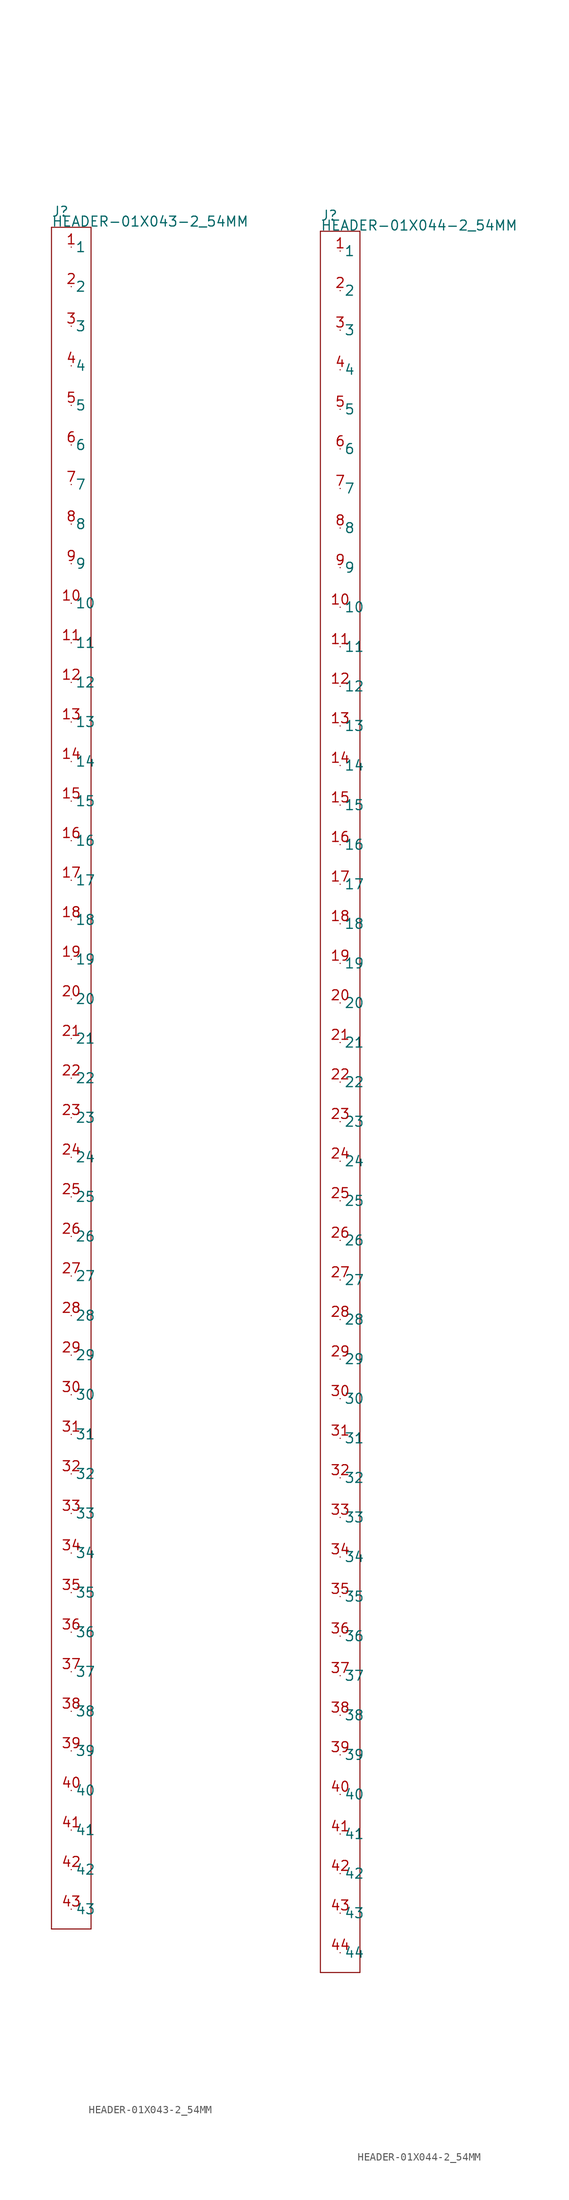
<source format=kicad_sym>
(kicad_symbol_lib
  (version 20211014)
  (generator kicad_symbol_editor)
  (symbol "HEADER-01X043-2_54MM"
    (pin_names)
    (property "Reference" "J"
      (at -2.54 110.49 0)
      (effects (font (size 1.27 1.27)) (justify left bottom)))
    (property "Value" "HEADER-01X043-2_54MM"
      (at -2.54 109.22 0)
      (effects (font (size 1.27 1.27)) (justify left bottom)))
    (property "Datasheet" ""
      (at 0 0 0))
    (property "ki_description" "Header 1x43  - Header Vertical 43POS 2.54MM Technical Specifications: Pitch: 0.1\" (2.54mm) "
      (at 0 0 0))
    (property "ki_fp_filters" "FlashPCB_Connectors:HEADER-THT-01X043-2_54MM FlashPCB_Connectors:HEADER-THT-LONG-01X043-2_54MM FlashPCB_Connectors:HEADER-THT-NOSILK-01X043-2_54MM FlashPCB_Connectors:HEADER-THT-LONG-NOSILK-01X043-2_54MM"
      (at 0 0 0))
    (symbol "HEADER-01X043-2_54MM_1_1"
      (polyline (pts (xy -2.54 109.22) (xy 2.54 109.22)) (stroke (width 0.127)) (fill (type none)))
      (polyline (pts (xy 2.54 109.22) (xy 2.54 -109.22)) (stroke (width 0.127)) (fill (type none)))
      (polyline (pts (xy 2.54 -109.22) (xy -2.54 -109.22)) (stroke (width 0.127)) (fill (type none)))
      (polyline (pts (xy -2.54 -109.22) (xy -2.54 109.22)) (stroke (width 0.127)) (fill (type none)))
      (pin bidirectional line (at 0 106.68 0) (length 0) (name "1" (effects (font (size 1.27 1.27)))) (number "1" (effects (font (size 1.27 1.27)))))
      (pin bidirectional line (at 0 101.6 0) (length 0) (name "2" (effects (font (size 1.27 1.27)))) (number "2" (effects (font (size 1.27 1.27)))))
      (pin bidirectional line (at 0 96.52 0) (length 0) (name "3" (effects (font (size 1.27 1.27)))) (number "3" (effects (font (size 1.27 1.27)))))
      (pin bidirectional line (at 0 91.44 0) (length 0) (name "4" (effects (font (size 1.27 1.27)))) (number "4" (effects (font (size 1.27 1.27)))))
      (pin bidirectional line (at 0 86.36 0) (length 0) (name "5" (effects (font (size 1.27 1.27)))) (number "5" (effects (font (size 1.27 1.27)))))
      (pin bidirectional line (at 0 81.28 0) (length 0) (name "6" (effects (font (size 1.27 1.27)))) (number "6" (effects (font (size 1.27 1.27)))))
      (pin bidirectional line (at 0 76.2 0) (length 0) (name "7" (effects (font (size 1.27 1.27)))) (number "7" (effects (font (size 1.27 1.27)))))
      (pin bidirectional line (at 0 71.12 0) (length 0) (name "8" (effects (font (size 1.27 1.27)))) (number "8" (effects (font (size 1.27 1.27)))))
      (pin bidirectional line (at 0 66.04 0) (length 0) (name "9" (effects (font (size 1.27 1.27)))) (number "9" (effects (font (size 1.27 1.27)))))
      (pin bidirectional line (at 0 60.96 0) (length 0) (name "10" (effects (font (size 1.27 1.27)))) (number "10" (effects (font (size 1.27 1.27)))))
      (pin bidirectional line (at 0 55.88 0) (length 0) (name "11" (effects (font (size 1.27 1.27)))) (number "11" (effects (font (size 1.27 1.27)))))
      (pin bidirectional line (at 0 50.8 0) (length 0) (name "12" (effects (font (size 1.27 1.27)))) (number "12" (effects (font (size 1.27 1.27)))))
      (pin bidirectional line (at 0 45.72 0) (length 0) (name "13" (effects (font (size 1.27 1.27)))) (number "13" (effects (font (size 1.27 1.27)))))
      (pin bidirectional line (at 0 40.64 0) (length 0) (name "14" (effects (font (size 1.27 1.27)))) (number "14" (effects (font (size 1.27 1.27)))))
      (pin bidirectional line (at 0 35.56 0) (length 0) (name "15" (effects (font (size 1.27 1.27)))) (number "15" (effects (font (size 1.27 1.27)))))
      (pin bidirectional line (at 0 30.48 0) (length 0) (name "16" (effects (font (size 1.27 1.27)))) (number "16" (effects (font (size 1.27 1.27)))))
      (pin bidirectional line (at 0 25.4 0) (length 0) (name "17" (effects (font (size 1.27 1.27)))) (number "17" (effects (font (size 1.27 1.27)))))
      (pin bidirectional line (at 0 20.32 0) (length 0) (name "18" (effects (font (size 1.27 1.27)))) (number "18" (effects (font (size 1.27 1.27)))))
      (pin bidirectional line (at 0 15.24 0) (length 0) (name "19" (effects (font (size 1.27 1.27)))) (number "19" (effects (font (size 1.27 1.27)))))
      (pin bidirectional line (at 0 10.16 0) (length 0) (name "20" (effects (font (size 1.27 1.27)))) (number "20" (effects (font (size 1.27 1.27)))))
      (pin bidirectional line (at 0 5.08 0) (length 0) (name "21" (effects (font (size 1.27 1.27)))) (number "21" (effects (font (size 1.27 1.27)))))
      (pin bidirectional line (at 0 0 0) (length 0) (name "22" (effects (font (size 1.27 1.27)))) (number "22" (effects (font (size 1.27 1.27)))))
      (pin bidirectional line (at 0 -5.08 0) (length 0) (name "23" (effects (font (size 1.27 1.27)))) (number "23" (effects (font (size 1.27 1.27)))))
      (pin bidirectional line (at 0 -10.16 0) (length 0) (name "24" (effects (font (size 1.27 1.27)))) (number "24" (effects (font (size 1.27 1.27)))))
      (pin bidirectional line (at 0 -15.24 0) (length 0) (name "25" (effects (font (size 1.27 1.27)))) (number "25" (effects (font (size 1.27 1.27)))))
      (pin bidirectional line (at 0 -20.32 0) (length 0) (name "26" (effects (font (size 1.27 1.27)))) (number "26" (effects (font (size 1.27 1.27)))))
      (pin bidirectional line (at 0 -25.4 0) (length 0) (name "27" (effects (font (size 1.27 1.27)))) (number "27" (effects (font (size 1.27 1.27)))))
      (pin bidirectional line (at 0 -30.48 0) (length 0) (name "28" (effects (font (size 1.27 1.27)))) (number "28" (effects (font (size 1.27 1.27)))))
      (pin bidirectional line (at 0 -35.56 0) (length 0) (name "29" (effects (font (size 1.27 1.27)))) (number "29" (effects (font (size 1.27 1.27)))))
      (pin bidirectional line (at 0 -40.64 0) (length 0) (name "30" (effects (font (size 1.27 1.27)))) (number "30" (effects (font (size 1.27 1.27)))))
      (pin bidirectional line (at 0 -45.72 0) (length 0) (name "31" (effects (font (size 1.27 1.27)))) (number "31" (effects (font (size 1.27 1.27)))))
      (pin bidirectional line (at 0 -50.8 0) (length 0) (name "32" (effects (font (size 1.27 1.27)))) (number "32" (effects (font (size 1.27 1.27)))))
      (pin bidirectional line (at 0 -55.88 0) (length 0) (name "33" (effects (font (size 1.27 1.27)))) (number "33" (effects (font (size 1.27 1.27)))))
      (pin bidirectional line (at 0 -60.96 0) (length 0) (name "34" (effects (font (size 1.27 1.27)))) (number "34" (effects (font (size 1.27 1.27)))))
      (pin bidirectional line (at 0 -66.04 0) (length 0) (name "35" (effects (font (size 1.27 1.27)))) (number "35" (effects (font (size 1.27 1.27)))))
      (pin bidirectional line (at 0 -71.12 0) (length 0) (name "36" (effects (font (size 1.27 1.27)))) (number "36" (effects (font (size 1.27 1.27)))))
      (pin bidirectional line (at 0 -76.2 0) (length 0) (name "37" (effects (font (size 1.27 1.27)))) (number "37" (effects (font (size 1.27 1.27)))))
      (pin bidirectional line (at 0 -81.28 0) (length 0) (name "38" (effects (font (size 1.27 1.27)))) (number "38" (effects (font (size 1.27 1.27)))))
      (pin bidirectional line (at 0 -86.36 0) (length 0) (name "39" (effects (font (size 1.27 1.27)))) (number "39" (effects (font (size 1.27 1.27)))))
      (pin bidirectional line (at 0 -91.44 0) (length 0) (name "40" (effects (font (size 1.27 1.27)))) (number "40" (effects (font (size 1.27 1.27)))))
      (pin bidirectional line (at 0 -96.52 0) (length 0) (name "41" (effects (font (size 1.27 1.27)))) (number "41" (effects (font (size 1.27 1.27)))))
      (pin bidirectional line (at 0 -101.6 0) (length 0) (name "42" (effects (font (size 1.27 1.27)))) (number "42" (effects (font (size 1.27 1.27)))))
      (pin bidirectional line (at 0 -106.68 0) (length 0) (name "43" (effects (font (size 1.27 1.27)))) (number "43" (effects (font (size 1.27 1.27)))))))
  (symbol "HEADER-01X044-2_54MM"
    (pin_names)
    (property "Reference" "J"
      (at -2.54 113.03 0)
      (effects (font (size 1.27 1.27)) (justify left bottom)))
    (property "Value" "HEADER-01X044-2_54MM"
      (at -2.54 111.76 0)
      (effects (font (size 1.27 1.27)) (justify left bottom)))
    (property "Datasheet" ""
      (at 0 0 0))
    (property "ki_description" "Header 1x44  - Header Vertical 44POS 2.54MM Technical Specifications: Pitch: 0.1\" (2.54mm) "
      (at 0 0 0))
    (property "ki_fp_filters" "FlashPCB_Connectors:HEADER-THT-01X044-2_54MM FlashPCB_Connectors:HEADER-THT-LONG-01X044-2_54MM FlashPCB_Connectors:HEADER-THT-NOSILK-01X044-2_54MM FlashPCB_Connectors:HEADER-THT-LONG-NOSILK-01X044-2_54MM"
      (at 0 0 0))
    (symbol "HEADER-01X044-2_54MM_1_1"
      (polyline (pts (xy -2.54 111.76) (xy 2.54 111.76)) (stroke (width 0.127)) (fill (type none)))
      (polyline (pts (xy 2.54 111.76) (xy 2.54 -111.76)) (stroke (width 0.127)) (fill (type none)))
      (polyline (pts (xy 2.54 -111.76) (xy -2.54 -111.76)) (stroke (width 0.127)) (fill (type none)))
      (polyline (pts (xy -2.54 -111.76) (xy -2.54 111.76)) (stroke (width 0.127)) (fill (type none)))
      (pin bidirectional line (at 0 109.22 0) (length 0) (name "1" (effects (font (size 1.27 1.27)))) (number "1" (effects (font (size 1.27 1.27)))))
      (pin bidirectional line (at 0 104.14 0) (length 0) (name "2" (effects (font (size 1.27 1.27)))) (number "2" (effects (font (size 1.27 1.27)))))
      (pin bidirectional line (at 0 99.06 0) (length 0) (name "3" (effects (font (size 1.27 1.27)))) (number "3" (effects (font (size 1.27 1.27)))))
      (pin bidirectional line (at 0 93.98 0) (length 0) (name "4" (effects (font (size 1.27 1.27)))) (number "4" (effects (font (size 1.27 1.27)))))
      (pin bidirectional line (at 0 88.9 0) (length 0) (name "5" (effects (font (size 1.27 1.27)))) (number "5" (effects (font (size 1.27 1.27)))))
      (pin bidirectional line (at 0 83.82 0) (length 0) (name "6" (effects (font (size 1.27 1.27)))) (number "6" (effects (font (size 1.27 1.27)))))
      (pin bidirectional line (at 0 78.74 0) (length 0) (name "7" (effects (font (size 1.27 1.27)))) (number "7" (effects (font (size 1.27 1.27)))))
      (pin bidirectional line (at 0 73.66 0) (length 0) (name "8" (effects (font (size 1.27 1.27)))) (number "8" (effects (font (size 1.27 1.27)))))
      (pin bidirectional line (at 0 68.58 0) (length 0) (name "9" (effects (font (size 1.27 1.27)))) (number "9" (effects (font (size 1.27 1.27)))))
      (pin bidirectional line (at 0 63.5 0) (length 0) (name "10" (effects (font (size 1.27 1.27)))) (number "10" (effects (font (size 1.27 1.27)))))
      (pin bidirectional line (at 0 58.42 0) (length 0) (name "11" (effects (font (size 1.27 1.27)))) (number "11" (effects (font (size 1.27 1.27)))))
      (pin bidirectional line (at 0 53.34 0) (length 0) (name "12" (effects (font (size 1.27 1.27)))) (number "12" (effects (font (size 1.27 1.27)))))
      (pin bidirectional line (at 0 48.26 0) (length 0) (name "13" (effects (font (size 1.27 1.27)))) (number "13" (effects (font (size 1.27 1.27)))))
      (pin bidirectional line (at 0 43.18 0) (length 0) (name "14" (effects (font (size 1.27 1.27)))) (number "14" (effects (font (size 1.27 1.27)))))
      (pin bidirectional line (at 0 38.1 0) (length 0) (name "15" (effects (font (size 1.27 1.27)))) (number "15" (effects (font (size 1.27 1.27)))))
      (pin bidirectional line (at 0 33.02 0) (length 0) (name "16" (effects (font (size 1.27 1.27)))) (number "16" (effects (font (size 1.27 1.27)))))
      (pin bidirectional line (at 0 27.94 0) (length 0) (name "17" (effects (font (size 1.27 1.27)))) (number "17" (effects (font (size 1.27 1.27)))))
      (pin bidirectional line (at 0 22.86 0) (length 0) (name "18" (effects (font (size 1.27 1.27)))) (number "18" (effects (font (size 1.27 1.27)))))
      (pin bidirectional line (at 0 17.78 0) (length 0) (name "19" (effects (font (size 1.27 1.27)))) (number "19" (effects (font (size 1.27 1.27)))))
      (pin bidirectional line (at 0 12.7 0) (length 0) (name "20" (effects (font (size 1.27 1.27)))) (number "20" (effects (font (size 1.27 1.27)))))
      (pin bidirectional line (at 0 7.62 0) (length 0) (name "21" (effects (font (size 1.27 1.27)))) (number "21" (effects (font (size 1.27 1.27)))))
      (pin bidirectional line (at 0 2.54 0) (length 0) (name "22" (effects (font (size 1.27 1.27)))) (number "22" (effects (font (size 1.27 1.27)))))
      (pin bidirectional line (at 0 -2.54 0) (length 0) (name "23" (effects (font (size 1.27 1.27)))) (number "23" (effects (font (size 1.27 1.27)))))
      (pin bidirectional line (at 0 -7.62 0) (length 0) (name "24" (effects (font (size 1.27 1.27)))) (number "24" (effects (font (size 1.27 1.27)))))
      (pin bidirectional line (at 0 -12.7 0) (length 0) (name "25" (effects (font (size 1.27 1.27)))) (number "25" (effects (font (size 1.27 1.27)))))
      (pin bidirectional line (at 0 -17.78 0) (length 0) (name "26" (effects (font (size 1.27 1.27)))) (number "26" (effects (font (size 1.27 1.27)))))
      (pin bidirectional line (at 0 -22.86 0) (length 0) (name "27" (effects (font (size 1.27 1.27)))) (number "27" (effects (font (size 1.27 1.27)))))
      (pin bidirectional line (at 0 -27.94 0) (length 0) (name "28" (effects (font (size 1.27 1.27)))) (number "28" (effects (font (size 1.27 1.27)))))
      (pin bidirectional line (at 0 -33.02 0) (length 0) (name "29" (effects (font (size 1.27 1.27)))) (number "29" (effects (font (size 1.27 1.27)))))
      (pin bidirectional line (at 0 -38.1 0) (length 0) (name "30" (effects (font (size 1.27 1.27)))) (number "30" (effects (font (size 1.27 1.27)))))
      (pin bidirectional line (at 0 -43.18 0) (length 0) (name "31" (effects (font (size 1.27 1.27)))) (number "31" (effects (font (size 1.27 1.27)))))
      (pin bidirectional line (at 0 -48.26 0) (length 0) (name "32" (effects (font (size 1.27 1.27)))) (number "32" (effects (font (size 1.27 1.27)))))
      (pin bidirectional line (at 0 -53.34 0) (length 0) (name "33" (effects (font (size 1.27 1.27)))) (number "33" (effects (font (size 1.27 1.27)))))
      (pin bidirectional line (at 0 -58.42 0) (length 0) (name "34" (effects (font (size 1.27 1.27)))) (number "34" (effects (font (size 1.27 1.27)))))
      (pin bidirectional line (at 0 -63.5 0) (length 0) (name "35" (effects (font (size 1.27 1.27)))) (number "35" (effects (font (size 1.27 1.27)))))
      (pin bidirectional line (at 0 -68.58 0) (length 0) (name "36" (effects (font (size 1.27 1.27)))) (number "36" (effects (font (size 1.27 1.27)))))
      (pin bidirectional line (at 0 -73.66 0) (length 0) (name "37" (effects (font (size 1.27 1.27)))) (number "37" (effects (font (size 1.27 1.27)))))
      (pin bidirectional line (at 0 -78.74 0) (length 0) (name "38" (effects (font (size 1.27 1.27)))) (number "38" (effects (font (size 1.27 1.27)))))
      (pin bidirectional line (at 0 -83.82 0) (length 0) (name "39" (effects (font (size 1.27 1.27)))) (number "39" (effects (font (size 1.27 1.27)))))
      (pin bidirectional line (at 0 -88.9 0) (length 0) (name "40" (effects (font (size 1.27 1.27)))) (number "40" (effects (font (size 1.27 1.27)))))
      (pin bidirectional line (at 0 -93.98 0) (length 0) (name "41" (effects (font (size 1.27 1.27)))) (number "41" (effects (font (size 1.27 1.27)))))
      (pin bidirectional line (at 0 -99.06 0) (length 0) (name "42" (effects (font (size 1.27 1.27)))) (number "42" (effects (font (size 1.27 1.27)))))
      (pin bidirectional line (at 0 -104.14 0) (length 0) (name "43" (effects (font (size 1.27 1.27)))) (number "43" (effects (font (size 1.27 1.27)))))
      (pin bidirectional line (at 0 -109.22 0) (length 0) (name "44" (effects (font (size 1.27 1.27)))) (number "44" (effects (font (size 1.27 1.27))))))))
</source>
